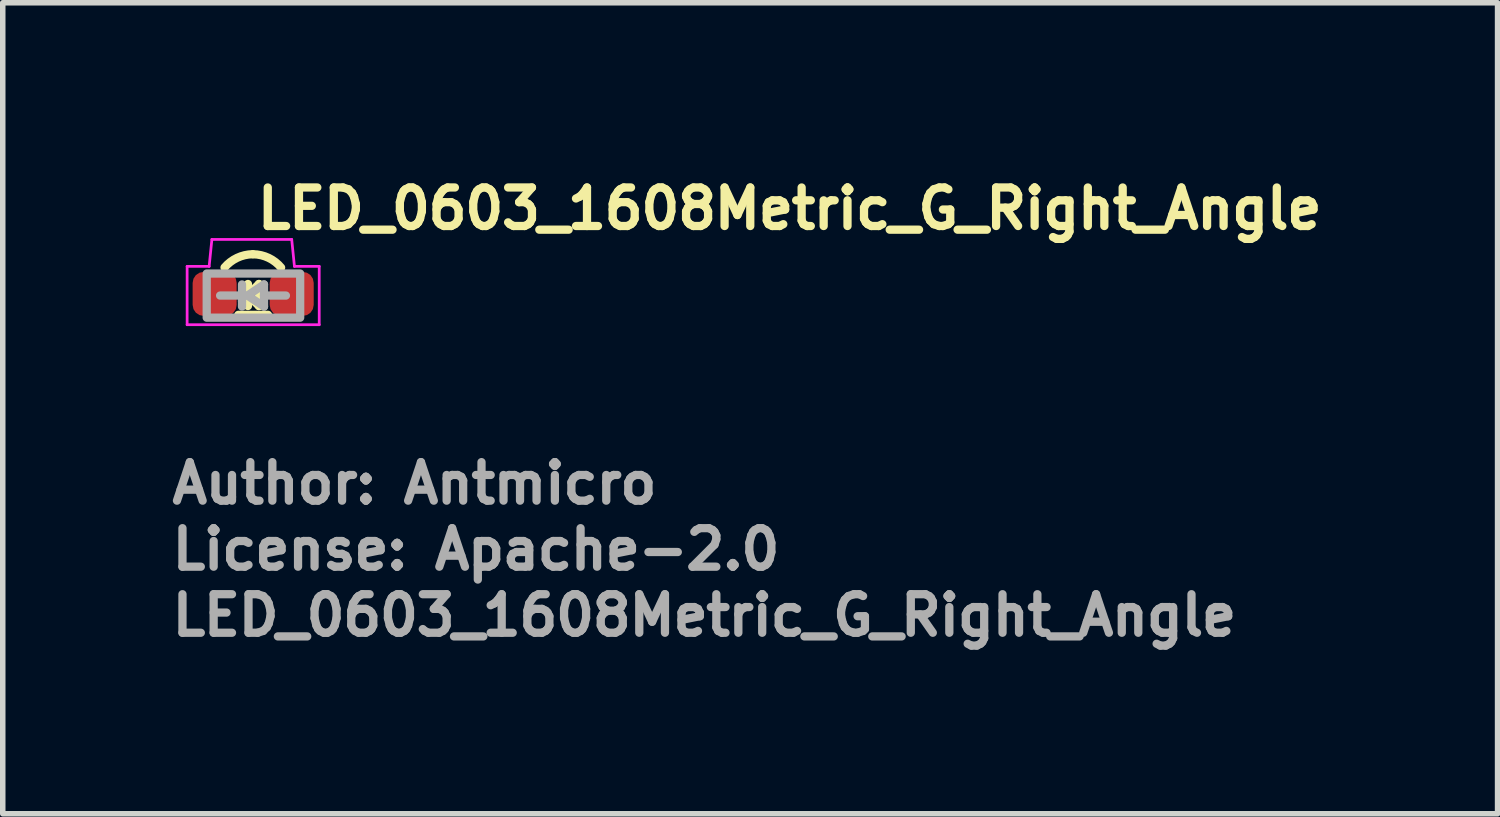
<source format=kicad_pcb>
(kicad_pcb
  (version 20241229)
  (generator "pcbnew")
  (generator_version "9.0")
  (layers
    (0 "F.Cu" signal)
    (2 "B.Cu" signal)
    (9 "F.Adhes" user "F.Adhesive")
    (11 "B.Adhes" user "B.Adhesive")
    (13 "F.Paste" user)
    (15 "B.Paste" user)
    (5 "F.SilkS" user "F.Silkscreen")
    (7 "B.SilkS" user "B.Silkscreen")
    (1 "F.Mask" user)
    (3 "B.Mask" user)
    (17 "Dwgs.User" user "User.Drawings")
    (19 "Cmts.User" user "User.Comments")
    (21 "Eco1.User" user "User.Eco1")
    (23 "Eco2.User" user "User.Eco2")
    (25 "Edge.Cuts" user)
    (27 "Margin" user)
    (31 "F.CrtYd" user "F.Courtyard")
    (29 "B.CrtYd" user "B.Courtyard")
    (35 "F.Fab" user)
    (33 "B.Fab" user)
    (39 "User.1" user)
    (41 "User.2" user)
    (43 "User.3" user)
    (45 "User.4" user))
  (footprint "LED_0603_1608Metric_G_Right_Angle"
    (layer "F.Cu")
    (at 1.55 2.05)
    (property "Reference" "LED_0603_1608Metric_G_Right_Angle" (at 0 -0.9 0) (layer "F.SilkS") (effects (font (size 0.7 0.7) (thickness 0.15)) (justify left bottom)))
    (attr smd)
    (fp_line (start -0.27 0.621) (end 0.27 0.621) (stroke (width 0.15) (type solid)) (layer "F.SilkS"))
    (fp_line (start -0.095 0.26) (end -0.221 0.26) (stroke (width 0.15) (type solid)) (layer "F.SilkS"))
    (fp_line (start -0.095 0.26) (end 0.105 0.06) (stroke (width 0.15) (type solid)) (layer "F.SilkS"))
    (fp_line (start -0.095 0.46) (end -0.095 0.06) (stroke (width 0.15) (type solid)) (layer "F.SilkS"))
    (fp_line (start 0.105 0.26) (end 0.219 0.26) (stroke (width 0.15) (type solid)) (layer "F.SilkS"))
    (fp_line (start 0.105 0.46) (end -0.095 0.26) (stroke (width 0.15) (type solid)) (layer "F.SilkS"))
    (fp_line (start 0.105 0.46) (end 0.105 0.06) (stroke (width 0.15) (type solid)) (layer "F.SilkS"))
    (fp_arc (start -0.52 -0.24) (mid -0.291411 -0.415187) (end -0.011018 -0.48094) (stroke (width 0.15) (type solid)) (layer "F.SilkS"))
    (fp_arc (start 0 -0.48) (mid 0.280413 -0.414845) (end 0.507545 -0.237963) (stroke (width 0.15) (type solid)) (layer "F.SilkS"))
    (fp_line (start -1.2 -0.26) (end -0.8 -0.26) (stroke (width 0.05) (type solid)) (layer "F.CrtYd"))
    (fp_line (start -1.2 0.8) (end -1.2 -0.26) (stroke (width 0.05) (type solid)) (layer "F.CrtYd"))
    (fp_line (start -0.8 -0.26) (end -0.75 -0.75) (stroke (width 0.05) (type solid)) (layer "F.CrtYd"))
    (fp_line (start -0.75 -0.75) (end 0.7 -0.75) (stroke (width 0.05) (type solid)) (layer "F.CrtYd"))
    (fp_line (start 0.7 -0.75) (end 0.75 -0.26) (stroke (width 0.05) (type solid)) (layer "F.CrtYd"))
    (fp_line (start 0.75 -0.26) (end 1.2 -0.26) (stroke (width 0.05) (type solid)) (layer "F.CrtYd"))
    (fp_line (start 1.2 -0.26) (end 1.2 0.8) (stroke (width 0.05) (type solid)) (layer "F.CrtYd"))
    (fp_line (start 1.2 0.8) (end -1.2 0.8) (stroke (width 0.05) (type solid)) (layer "F.CrtYd"))
    (fp_line (start -0.203 0.068) (end -0.203 0.37) (stroke (width 0.15) (type solid)) (layer "F.Fab"))
    (fp_line (start -0.203 0.27) (end -0.601 0.27) (stroke (width 0.15) (type solid)) (layer "F.Fab"))
    (fp_line (start -0.203 0.47) (end -0.203 0.37) (stroke (width 0.15) (type solid)) (layer "F.Fab"))
    (fp_line (start -0.105 0.27) (end 0.197 0.47) (stroke (width 0.15) (type solid)) (layer "F.Fab"))
    (fp_line (start 0.197 0.068) (end -0.105 0.27) (stroke (width 0.15) (type solid)) (layer "F.Fab"))
    (fp_line (start 0.197 0.27) (end 0.197 0.068) (stroke (width 0.15) (type solid)) (layer "F.Fab"))
    (fp_line (start 0.197 0.47) (end 0.197 0.27) (stroke (width 0.15) (type solid)) (layer "F.Fab"))
    (fp_line (start 0.595 0.27) (end 0.197 0.27) (stroke (width 0.15) (type solid)) (layer "F.Fab"))
    (fp_rect (start -0.844 -0.13) (end 0.854 0.672) (stroke (width 0.15) (type solid)) (fill no) (layer "F.Fab"))
    (fp_rect (start -0.8 -0.575) (end 0.8 0.575) (stroke (width 0.1) (type solid)) (fill no) (layer "User.5"))
    (fp_line (start -0.8 -0.105) (end -0.6 -0.105) (stroke (width 0.02) (type solid)) (layer "User.9"))
    (fp_line (start -0.8 0.575) (end -0.8 -0.105) (stroke (width 0.02) (type solid)) (layer "User.9"))
    (fp_line (start -0.77 -0.075) (end -0.77 0.545) (stroke (width 0.02) (type solid)) (layer "User.9"))
    (fp_line (start -0.77 -0.075) (end -0.77 0.545) (stroke (width 0.02) (type solid)) (layer "User.9"))
    (fp_line (start -0.77 0.545) (end -0.5 0.545) (stroke (width 0.02) (type solid)) (layer "User.9"))
    (fp_line (start -0.77 0.545) (end 0.77 0.545) (stroke (width 0.02) (type solid)) (layer "User.9"))
    (fp_line (start -0.6 -0.105) (end -0.6 -0.075) (stroke (width 0.02) (type solid)) (layer "User.9"))
    (fp_line (start -0.6 -0.105) (end -0.6 -0.075) (stroke (width 0.02) (type solid)) (layer "User.9"))
    (fp_line (start -0.6 -0.075) (end -0.77 -0.075) (stroke (width 0.02) (type solid)) (layer "User.9"))
    (fp_line (start -0.6 -0.075) (end -0.77 -0.075) (stroke (width 0.02) (type solid)) (layer "User.9"))
    (fp_line (start -0.563 -0.529) (end -0.6 -0.105) (stroke (width 0.02) (type solid)) (layer "User.9"))
    (fp_line (start -0.558 -0.547) (end -0.563 -0.529) (stroke (width 0.02) (type solid)) (layer "User.9"))
    (fp_line (start -0.547 -0.562) (end -0.558 -0.547) (stroke (width 0.02) (type solid)) (layer "User.9"))
    (fp_line (start -0.531 -0.572) (end -0.547 -0.562) (stroke (width 0.02) (type solid)) (layer "User.9"))
    (fp_line (start -0.513 -0.575) (end -0.531 -0.572) (stroke (width 0.02) (type solid)) (layer "User.9"))
    (fp_line (start -0.5 0.545) (end -0.5 0.575) (stroke (width 0.02) (type solid)) (layer "User.9"))
    (fp_line (start -0.5 0.575) (end -0.8 0.575) (stroke (width 0.02) (type solid)) (layer "User.9"))
    (fp_line (start -0.244 0.555) (end -0.244 0.545) (stroke (width 0.02) (type solid)) (layer "User.9"))
    (fp_line (start -0.044 0.545) (end -0.244 0.545) (stroke (width 0.02) (type solid)) (layer "User.9"))
    (fp_line (start -0.044 0.555) (end -0.244 0.555) (stroke (width 0.02) (type solid)) (layer "User.9"))
    (fp_line (start -0.044 0.555) (end -0.044 0.545) (stroke (width 0.02) (type solid)) (layer "User.9"))
    (fp_line (start 0.297 0.555) (end -0.044 0.555) (stroke (width 0.02) (type solid)) (layer "User.9"))
    (fp_line (start 0.297 0.555) (end 0.297 0.545) (stroke (width 0.02) (type solid)) (layer "User.9"))
    (fp_line (start 0.5 0.545) (end 0.77 0.545) (stroke (width 0.02) (type solid)) (layer "User.9"))
    (fp_line (start 0.5 0.575) (end 0.5 0.545) (stroke (width 0.02) (type solid)) (layer "User.9"))
    (fp_line (start 0.513 -0.575) (end -0.513 -0.575) (stroke (width 0.02) (type solid)) (layer "User.9"))
    (fp_line (start 0.531 -0.572) (end 0.513 -0.575) (stroke (width 0.02) (type solid)) (layer "User.9"))
    (fp_line (start 0.547 -0.562) (end 0.531 -0.572) (stroke (width 0.02) (type solid)) (layer "User.9"))
    (fp_line (start 0.558 -0.547) (end 0.547 -0.562) (stroke (width 0.02) (type solid)) (layer "User.9"))
    (fp_line (start 0.563 -0.529) (end 0.558 -0.547) (stroke (width 0.02) (type solid)) (layer "User.9"))
    (fp_line (start 0.6 -0.105) (end 0.563 -0.529) (stroke (width 0.02) (type solid)) (layer "User.9"))
    (fp_line (start 0.6 -0.105) (end 0.8 -0.105) (stroke (width 0.02) (type solid)) (layer "User.9"))
    (fp_line (start 0.6 -0.075) (end 0.6 -0.105) (stroke (width 0.02) (type solid)) (layer "User.9"))
    (fp_line (start 0.6 -0.075) (end 0.6 -0.105) (stroke (width 0.02) (type solid)) (layer "User.9"))
    (fp_line (start 0.77 -0.075) (end 0.6 -0.075) (stroke (width 0.02) (type solid)) (layer "User.9"))
    (fp_line (start 0.77 -0.075) (end 0.6 -0.075) (stroke (width 0.02) (type solid)) (layer "User.9"))
    (fp_line (start 0.77 0.545) (end 0.77 -0.075) (stroke (width 0.02) (type solid)) (layer "User.9"))
    (fp_line (start 0.77 0.545) (end 0.77 -0.075) (stroke (width 0.02) (type solid)) (layer "User.9"))
    (fp_line (start 0.8 -0.105) (end 0.8 0.575) (stroke (width 0.02) (type solid)) (layer "User.9"))
    (fp_line (start 0.8 0.575) (end 0.5 0.575) (stroke (width 0.02) (type solid)) (layer "User.9"))
    (fp_text user "License: Apache-2.0" (at -1.55 5.29 0) (layer "F.Fab") (effects (font (size 0.7 0.7) (thickness 0.15)) (justify left bottom)))
    (fp_text user "${REFERENCE}" (at -1.55 6.49 0) (layer "F.Fab") (effects (font (size 0.7 0.7) (thickness 0.15)) (justify left bottom)))
    (fp_text user "Author: Antmicro" (at -1.55 4.09 0) (layer "F.Fab") (effects (font (size 0.7 0.7) (thickness 0.15)) (justify left bottom)))
    (pad "1" smd roundrect (at -0.7 0.24) (size 0.8 0.8) (layers "F.Cu" "F.Mask" "F.Paste") (roundrect_rratio 0.25))
    (pad "2" smd roundrect (at 0.7 0.24) (size 0.8 0.8) (layers "F.Cu" "F.Mask" "F.Paste") (roundrect_rratio 0.25)))
  (gr_rect
    (start -3 -3)
    (end 24.16 11.736)
    (stroke (width 0.1) (type default))
    (fill no)
    (layer "Edge.Cuts")))
</source>
